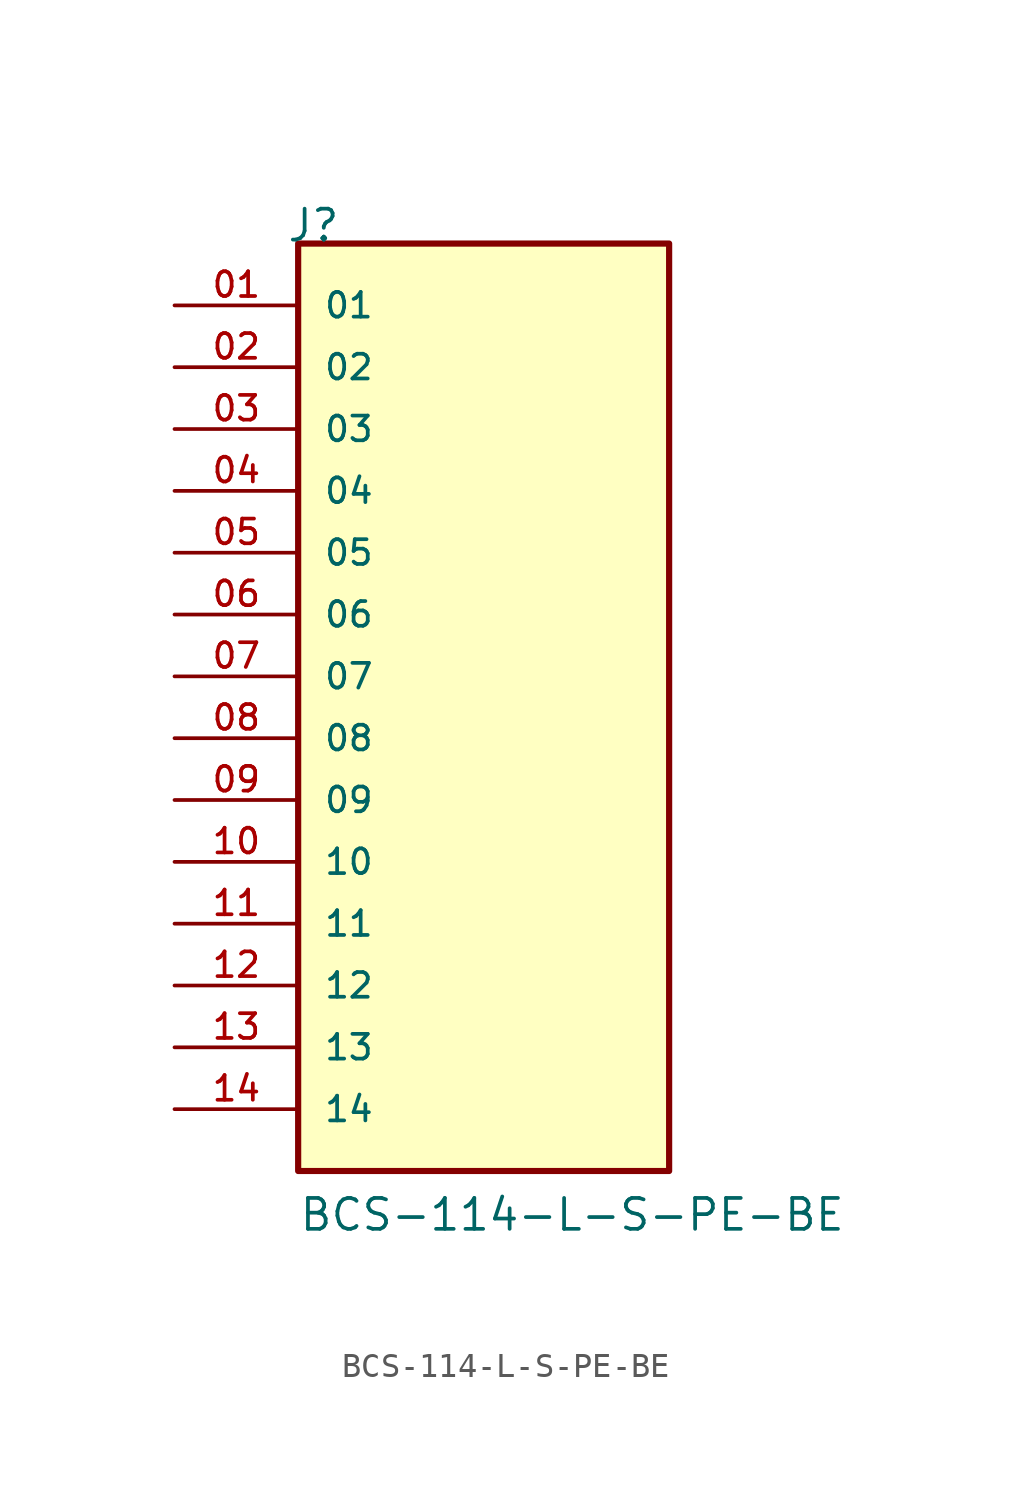
<source format=kicad_sym>
(kicad_symbol_lib
  (version 20211014)
  (generator kicad_symbol_editor)
  (symbol "BCS-114-L-S-PE-BE"
    (pin_names
      (offset 1.016))
    (property "Reference" "J"
      (at -8.12 20.32 0)
      (effects (font (size 1.27 1.27)) (justify bottom left)))
    (property "Value" "BCS-114-L-S-PE-BE"
      (at -7.62 -20.32 0)
      (effects (font (size 1.27 1.27)) (justify bottom left)))
    (symbol "BCS-114-L-S-PE-BE_0_0"
      (rectangle (start -7.62 -17.78) (end 7.62 20.32) (stroke (width 0.254)) (fill (type background)))
      (pin passive line (at -12.7 17.78 0) (length 5.08) (name "01" (effects (font (size 1.016 1.016)))) (number "01" (effects (font (size 1.016 1.016)))))
      (pin passive line (at -12.7 15.24 0) (length 5.08) (name "02" (effects (font (size 1.016 1.016)))) (number "02" (effects (font (size 1.016 1.016)))))
      (pin passive line (at -12.7 12.7 0) (length 5.08) (name "03" (effects (font (size 1.016 1.016)))) (number "03" (effects (font (size 1.016 1.016)))))
      (pin passive line (at -12.7 10.16 0) (length 5.08) (name "04" (effects (font (size 1.016 1.016)))) (number "04" (effects (font (size 1.016 1.016)))))
      (pin passive line (at -12.7 7.62 0) (length 5.08) (name "05" (effects (font (size 1.016 1.016)))) (number "05" (effects (font (size 1.016 1.016)))))
      (pin passive line (at -12.7 5.08 0) (length 5.08) (name "06" (effects (font (size 1.016 1.016)))) (number "06" (effects (font (size 1.016 1.016)))))
      (pin passive line (at -12.7 2.54 0) (length 5.08) (name "07" (effects (font (size 1.016 1.016)))) (number "07" (effects (font (size 1.016 1.016)))))
      (pin passive line (at -12.7 0.0 0) (length 5.08) (name "08" (effects (font (size 1.016 1.016)))) (number "08" (effects (font (size 1.016 1.016)))))
      (pin passive line (at -12.7 -2.54 0) (length 5.08) (name "09" (effects (font (size 1.016 1.016)))) (number "09" (effects (font (size 1.016 1.016)))))
      (pin passive line (at -12.7 -5.08 0) (length 5.08) (name "10" (effects (font (size 1.016 1.016)))) (number "10" (effects (font (size 1.016 1.016)))))
      (pin passive line (at -12.7 -7.62 0) (length 5.08) (name "11" (effects (font (size 1.016 1.016)))) (number "11" (effects (font (size 1.016 1.016)))))
      (pin passive line (at -12.7 -10.16 0) (length 5.08) (name "12" (effects (font (size 1.016 1.016)))) (number "12" (effects (font (size 1.016 1.016)))))
      (pin passive line (at -12.7 -12.7 0) (length 5.08) (name "13" (effects (font (size 1.016 1.016)))) (number "13" (effects (font (size 1.016 1.016)))))
      (pin passive line (at -12.7 -15.24 0) (length 5.08) (name "14" (effects (font (size 1.016 1.016)))) (number "14" (effects (font (size 1.016 1.016))))))))
</source>
